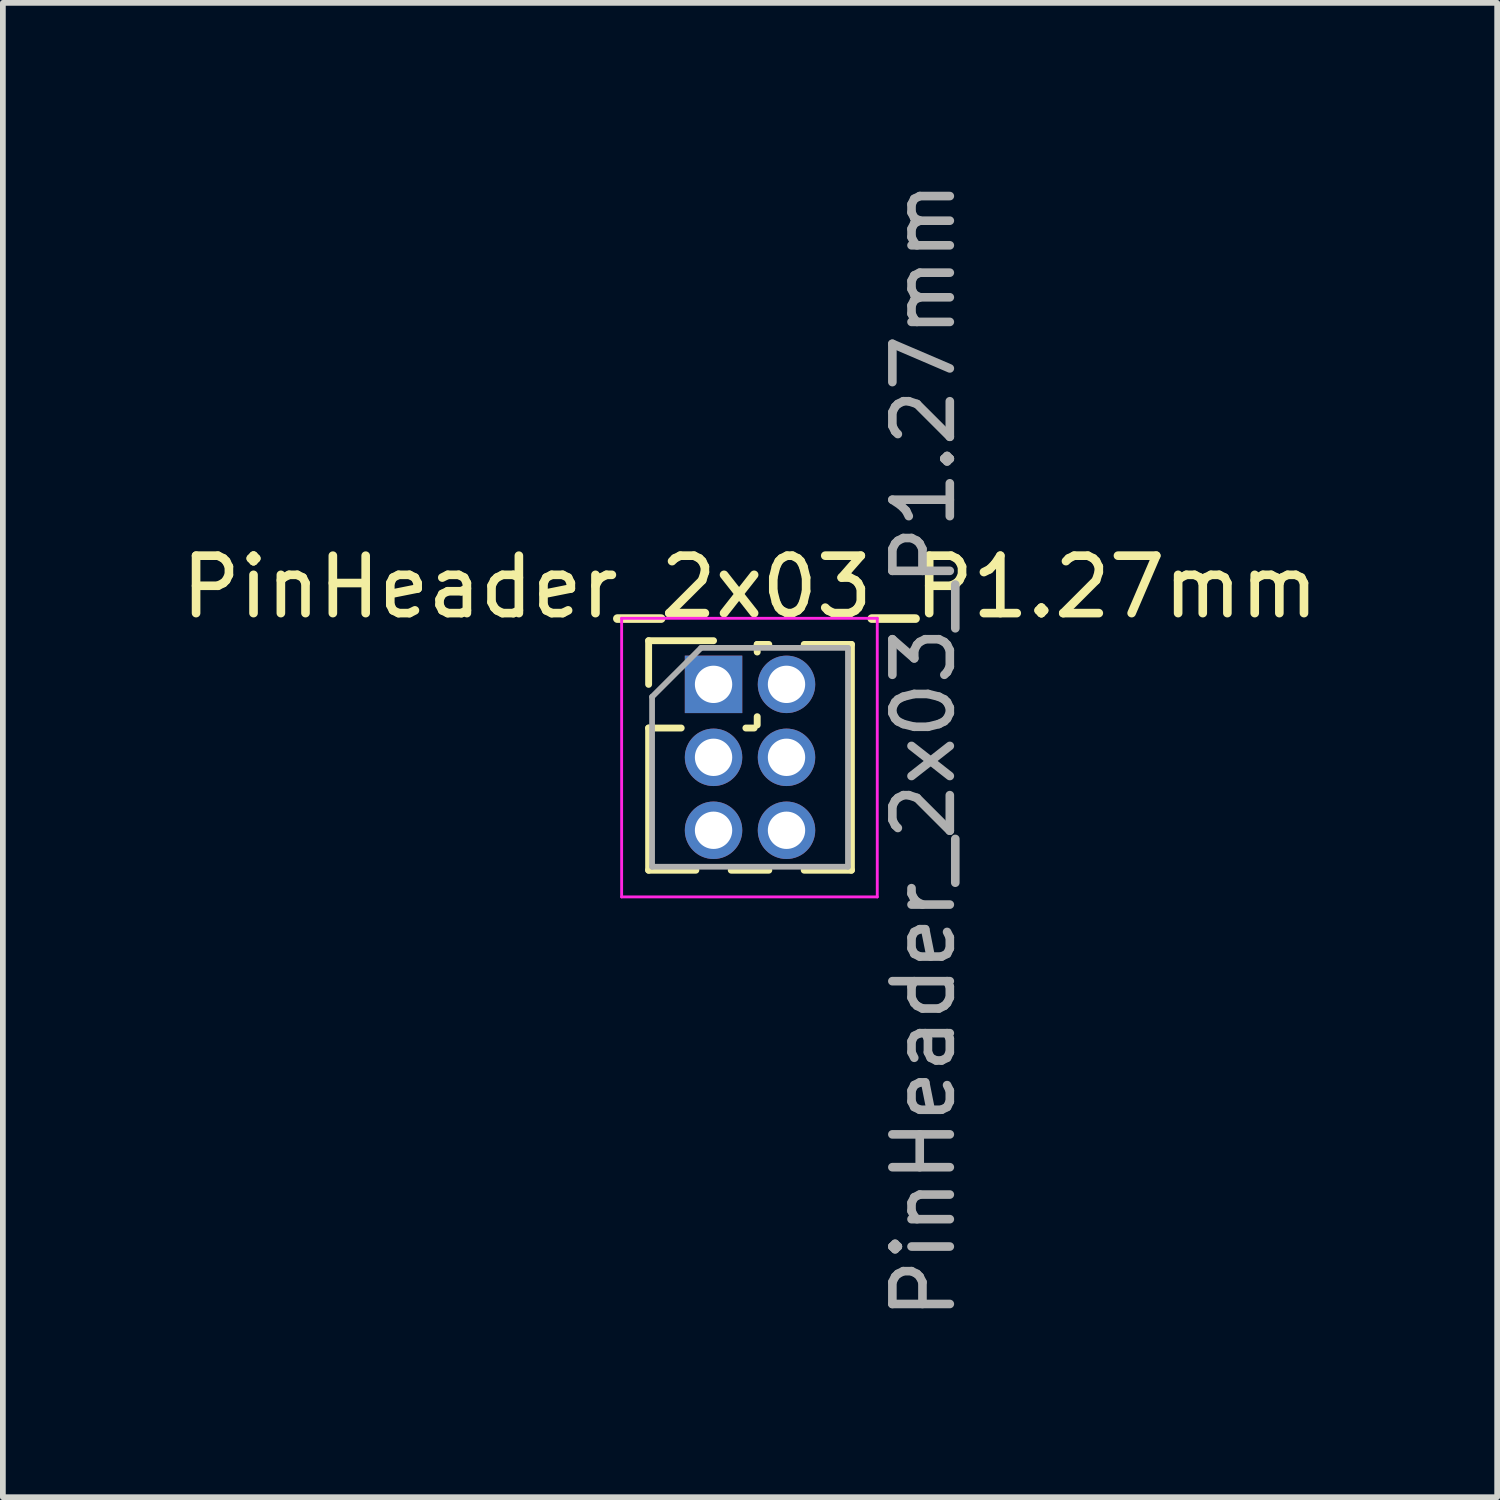
<source format=kicad_pcb>
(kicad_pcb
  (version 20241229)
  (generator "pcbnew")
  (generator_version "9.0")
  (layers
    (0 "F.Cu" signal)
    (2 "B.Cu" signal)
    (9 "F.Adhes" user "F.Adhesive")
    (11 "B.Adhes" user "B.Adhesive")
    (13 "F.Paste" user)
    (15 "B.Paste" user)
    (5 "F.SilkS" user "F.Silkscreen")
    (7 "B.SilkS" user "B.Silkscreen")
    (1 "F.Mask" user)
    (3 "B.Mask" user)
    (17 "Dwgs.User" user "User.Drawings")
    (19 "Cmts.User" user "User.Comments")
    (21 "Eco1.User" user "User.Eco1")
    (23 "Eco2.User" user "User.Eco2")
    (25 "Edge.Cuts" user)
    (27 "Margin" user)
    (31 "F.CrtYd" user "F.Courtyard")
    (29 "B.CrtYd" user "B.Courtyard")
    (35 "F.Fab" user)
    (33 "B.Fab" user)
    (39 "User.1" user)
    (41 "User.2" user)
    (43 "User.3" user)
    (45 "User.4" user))
  (footprint "PinHeader_2x03_P1.27mm"
    (layer "F.Cu")
    (at 9.371 8.863)
    (property "Reference" "PinHeader_2x03_P1.27mm" (at 0.635 -1.695 0) (layer "F.SilkS") (effects (font (size 1 1) (thickness 0.15))))
    (attr through_hole)
    (fp_line (start -1.13 -0.76) (end 0 -0.76) (stroke (width 0.12) (type solid)) (layer "F.SilkS"))
    (fp_line (start -1.13 0) (end -1.13 -0.76) (stroke (width 0.12) (type solid)) (layer "F.SilkS"))
    (fp_line (start -1.13 0.76) (end -1.13 3.235) (stroke (width 0.12) (type solid)) (layer "F.SilkS"))
    (fp_line (start -1.13 0.76) (end -0.563 0.76) (stroke (width 0.12) (type solid)) (layer "F.SilkS"))
    (fp_line (start -1.13 3.235) (end -0.308 3.235) (stroke (width 0.12) (type solid)) (layer "F.SilkS"))
    (fp_line (start 0.308 3.235) (end 0.962 3.235) (stroke (width 0.12) (type solid)) (layer "F.SilkS"))
    (fp_line (start 0.563 0.76) (end 0.707 0.76) (stroke (width 0.12) (type solid)) (layer "F.SilkS"))
    (fp_line (start 0.76 -0.695) (end 0.962 -0.695) (stroke (width 0.12) (type solid)) (layer "F.SilkS"))
    (fp_line (start 0.76 -0.563) (end 0.76 -0.695) (stroke (width 0.12) (type solid)) (layer "F.SilkS"))
    (fp_line (start 0.76 0.707) (end 0.76 0.563) (stroke (width 0.12) (type solid)) (layer "F.SilkS"))
    (fp_line (start 1.578 -0.695) (end 2.4 -0.695) (stroke (width 0.12) (type solid)) (layer "F.SilkS"))
    (fp_line (start 1.578 3.235) (end 2.4 3.235) (stroke (width 0.12) (type solid)) (layer "F.SilkS"))
    (fp_line (start 2.4 -0.695) (end 2.4 3.235) (stroke (width 0.12) (type solid)) (layer "F.SilkS"))
    (fp_line (start -1.6 -1.15) (end -1.6 3.7) (stroke (width 0.05) (type solid)) (layer "F.CrtYd"))
    (fp_line (start -1.6 3.7) (end 2.85 3.7) (stroke (width 0.05) (type solid)) (layer "F.CrtYd"))
    (fp_line (start 2.85 -1.15) (end -1.6 -1.15) (stroke (width 0.05) (type solid)) (layer "F.CrtYd"))
    (fp_line (start 2.85 3.7) (end 2.85 -1.15) (stroke (width 0.05) (type solid)) (layer "F.CrtYd"))
    (fp_line (start -1.07 0.217) (end -0.217 -0.635) (stroke (width 0.1) (type solid)) (layer "F.Fab"))
    (fp_line (start -1.07 3.175) (end -1.07 0.217) (stroke (width 0.1) (type solid)) (layer "F.Fab"))
    (fp_line (start -0.217 -0.635) (end 2.34 -0.635) (stroke (width 0.1) (type solid)) (layer "F.Fab"))
    (fp_line (start 2.34 -0.635) (end 2.34 3.175) (stroke (width 0.1) (type solid)) (layer "F.Fab"))
    (fp_line (start 2.34 3.175) (end -1.07 3.175) (stroke (width 0.1) (type solid)) (layer "F.Fab"))
    (fp_text user "${REFERENCE}" (at 3.658 1.143 90) (layer "F.Fab") (effects (font (size 1 1) (thickness 0.15))))
    (pad "1" thru_hole rect (at 0 0) (size 1 1) (drill 0.65) (layers "*.Cu" "*.Mask"))
    (pad "2" thru_hole oval (at 1.27 0) (size 1 1) (drill 0.65) (layers "*.Cu" "*.Mask"))
    (pad "3" thru_hole oval (at 0 1.27) (size 1 1) (drill 0.65) (layers "*.Cu" "*.Mask"))
    (pad "4" thru_hole oval (at 1.27 1.27) (size 1 1) (drill 0.65) (layers "*.Cu" "*.Mask"))
    (pad "5" thru_hole oval (at 0 2.54) (size 1 1) (drill 0.65) (layers "*.Cu" "*.Mask"))
    (pad "6" thru_hole oval (at 1.27 2.54) (size 1 1) (drill 0.65) (layers "*.Cu" "*.Mask")))
  (gr_rect
    (start -3 -3)
    (end 23.012 23.012)
    (stroke (width 0.1) (type default))
    (fill no)
    (layer "Edge.Cuts")))
</source>
